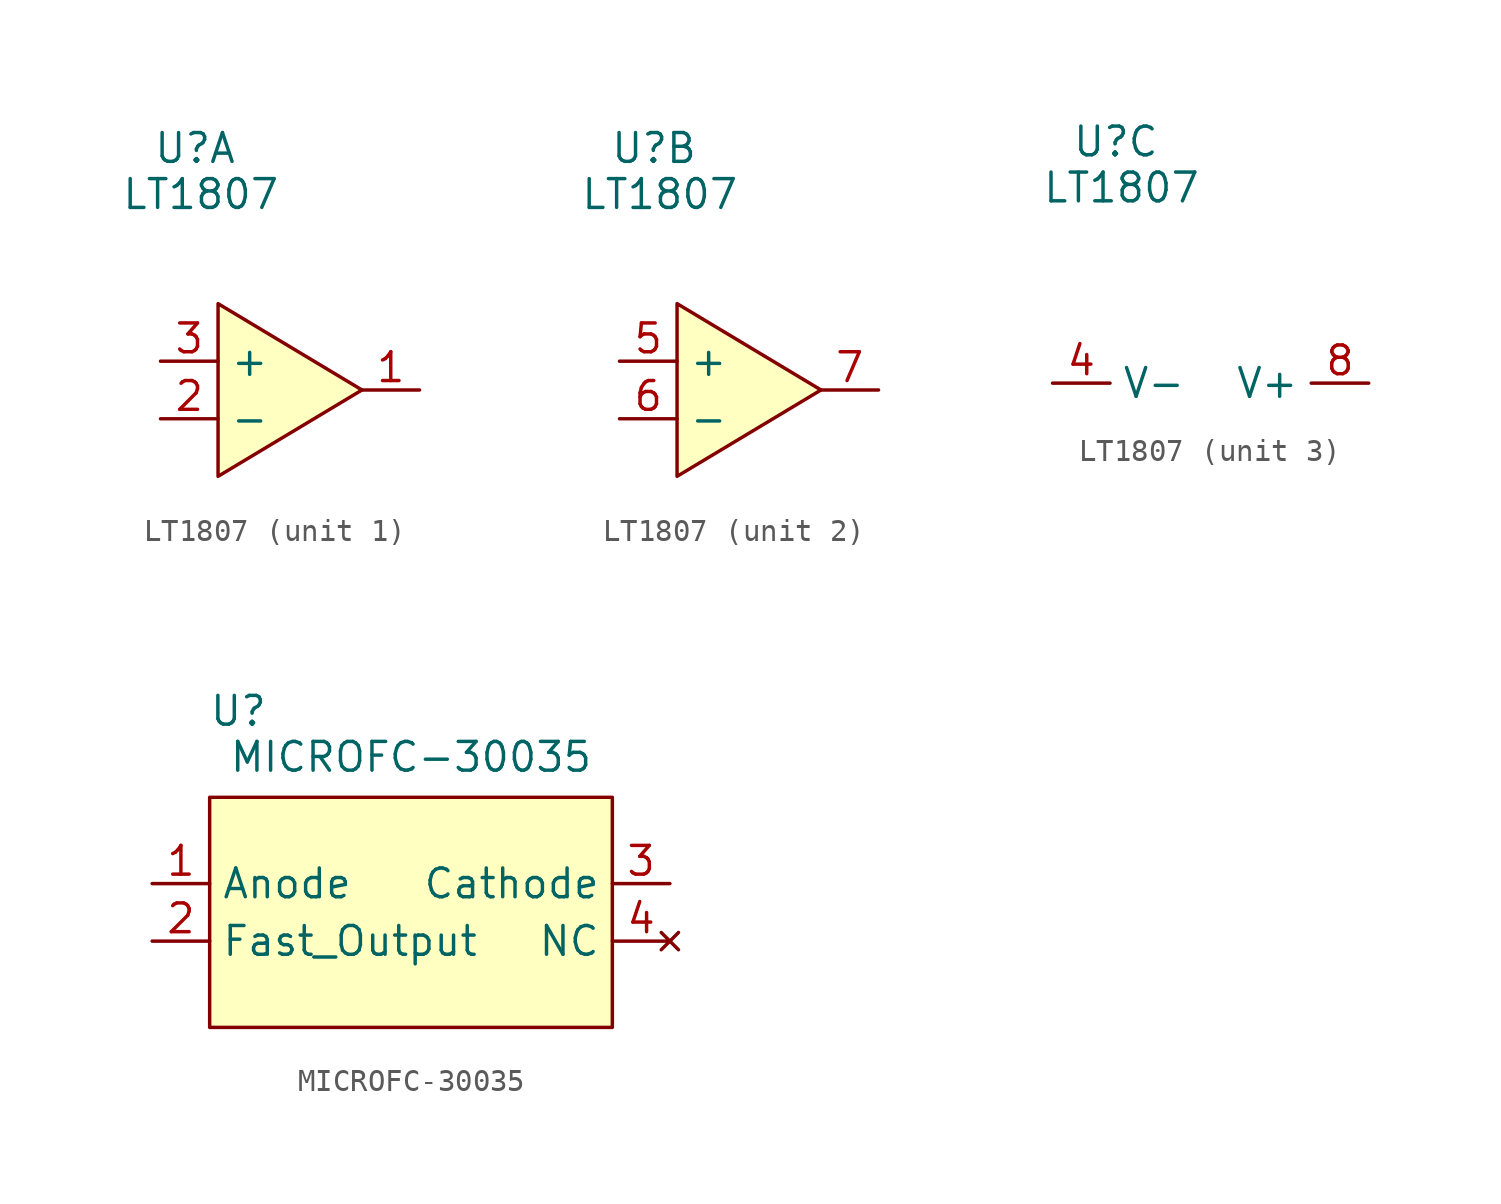
<source format=kicad_sym>
(kicad_symbol_lib
  (version 20241209)
  (generator "kicad_symbol_editor")
  (generator_version "9.0")
  (symbol "LT1807"
    (property "Reference" "U"
      (at -3.556 10.668 0)
      (effects (font (size 1.27 1.27))))
    (property "Value" "LT1807"
      (at -3.302 8.636 0)
      (effects (font (size 1.27 1.27))))
    (property "ki_locked" ""
      (at 0 0 0)
      (effects (font (size 1.27 1.27))))
    (symbol "LT1807_1_1"
      (polyline (pts (xy -2.54 3.81) (xy -2.54 -3.81) (xy 3.81 0) (xy -2.54 3.81)) (stroke (width 0) (type solid)) (fill (type background)))
      (pin input line (at -5.08 1.27 0) (length 2.54) (name "+" (effects (font (size 1.27 1.27)))) (number "3" (effects (font (size 1.27 1.27)))))
      (pin input line (at -5.08 -1.27 0) (length 2.54) (name "-" (effects (font (size 1.27 1.27)))) (number "2" (effects (font (size 1.27 1.27)))))
      (pin output line (at 6.35 0 180) (length 2.54) (name "" (effects (font (size 1.27 1.27)))) (number "1" (effects (font (size 1.27 1.27))))))
    (symbol "LT1807_2_1"
      (polyline (pts (xy -2.54 3.81) (xy -2.54 -3.81) (xy 3.81 0) (xy -2.54 3.81)) (stroke (width 0) (type solid)) (fill (type background)))
      (pin input line (at -5.08 1.27 0) (length 2.54) (name "+" (effects (font (size 1.27 1.27)))) (number "5" (effects (font (size 1.27 1.27)))))
      (pin input line (at -5.08 -1.27 0) (length 2.54) (name "-" (effects (font (size 1.27 1.27)))) (number "6" (effects (font (size 1.27 1.27)))))
      (pin output line (at 6.35 0 180) (length 2.54) (name "" (effects (font (size 1.27 1.27)))) (number "7" (effects (font (size 1.27 1.27))))))
    (symbol "LT1807_3_1"
      (pin power_in line (at -6.35 0 0) (length 2.54) (name "V-" (effects (font (size 1.27 1.27)))) (number "4" (effects (font (size 1.27 1.27)))))
      (pin power_in line (at 7.62 0 180) (length 2.54) (name "V+" (effects (font (size 1.27 1.27)))) (number "8" (effects (font (size 1.27 1.27)))))))
  (symbol "MICROFC-30035"
    (property "Reference" "U"
      (at -7.62 8.89 0)
      (effects (font (size 1.27 1.27))))
    (property "Value" "MICROFC-30035"
      (at 0 6.858 0)
      (effects (font (size 1.27 1.27))))
    (symbol "MICROFC-30035_0_0"
      (pin power_in line (at -11.43 1.27 0) (length 2.54) (name "Anode" (effects (font (size 1.27 1.27)))) (number "1" (effects (font (size 1.27 1.27)))))
      (pin output line (at -11.43 -1.27 0) (length 2.54) (name "Fast_Output" (effects (font (size 1.27 1.27)))) (number "2" (effects (font (size 1.27 1.27)))))
      (pin power_in line (at 11.43 1.27 180) (length 2.54) (name "Cathode" (effects (font (size 1.27 1.27)))) (number "3" (effects (font (size 1.27 1.27)))))
      (pin no_connect line (at 11.43 -1.27 180) (length 2.54) (name "NC" (effects (font (size 1.27 1.27)))) (number "4" (effects (font (size 1.27 1.27))))))
    (symbol "MICROFC-30035_1_1"
      (rectangle (start -8.89 5.08) (end 8.89 -5.08) (stroke (width 0) (type solid)) (fill (type background))))))
</source>
